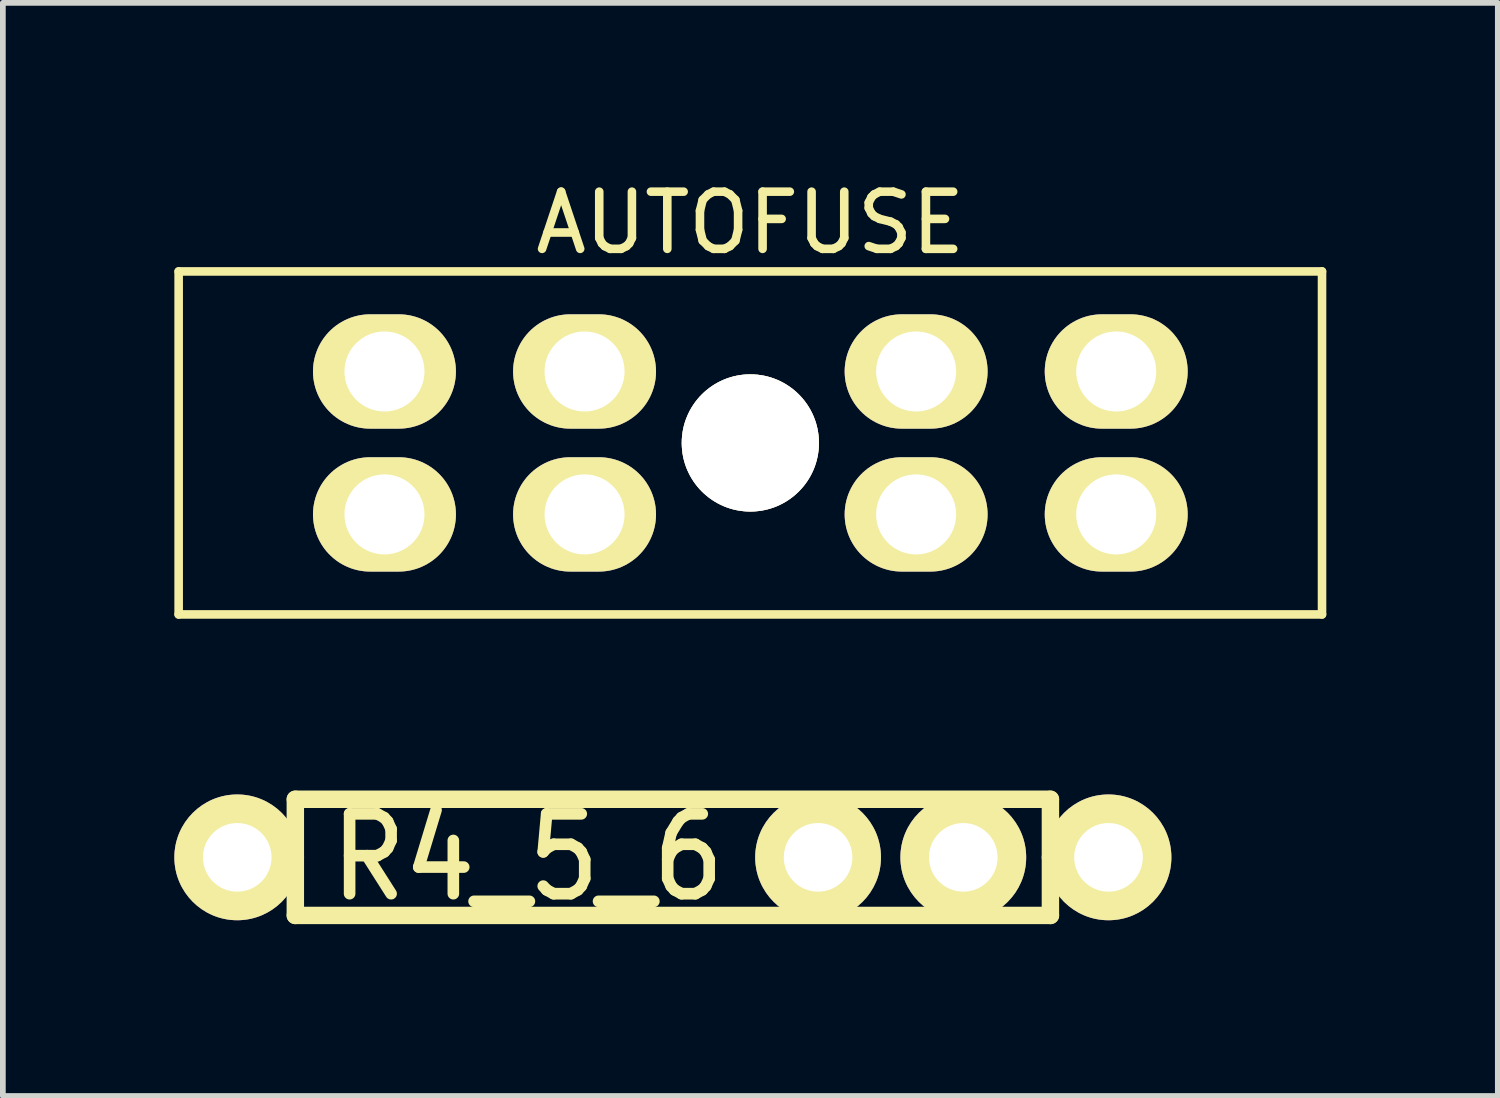
<source format=kicad_pcb>
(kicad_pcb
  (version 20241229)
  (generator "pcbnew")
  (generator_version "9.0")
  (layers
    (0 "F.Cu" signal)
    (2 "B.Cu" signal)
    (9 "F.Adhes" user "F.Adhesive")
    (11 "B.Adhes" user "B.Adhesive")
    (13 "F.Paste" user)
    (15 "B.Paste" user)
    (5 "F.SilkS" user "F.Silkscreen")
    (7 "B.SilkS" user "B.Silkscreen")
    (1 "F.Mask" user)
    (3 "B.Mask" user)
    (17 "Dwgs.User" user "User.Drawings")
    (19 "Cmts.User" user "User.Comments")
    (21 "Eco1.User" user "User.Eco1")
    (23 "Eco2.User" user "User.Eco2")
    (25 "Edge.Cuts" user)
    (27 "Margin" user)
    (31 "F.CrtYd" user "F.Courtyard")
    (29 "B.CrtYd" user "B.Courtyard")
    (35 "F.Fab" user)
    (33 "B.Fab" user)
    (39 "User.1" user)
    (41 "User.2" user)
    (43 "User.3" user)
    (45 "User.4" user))
  (footprint "R4_5_6"
    (layer "F.Cu")
    (at 6.18 11.947)
    (property "Reference" "R4_5_6" (at 0 0 0) (layer "F.SilkS") (effects (font (size 1.397 1.27) (thickness 0.203))))
    (attr through_hole)
    (fp_line (start -5.08 0) (end -4.064 0) (stroke (width 0.305) (type solid)) (layer "F.SilkS"))
    (fp_line (start -4.064 -1.016) (end 9.144 -1.016) (stroke (width 0.305) (type solid)) (layer "F.SilkS"))
    (fp_line (start -4.064 0) (end -4.064 -1.016) (stroke (width 0.305) (type solid)) (layer "F.SilkS"))
    (fp_line (start -4.064 1.016) (end -4.064 0) (stroke (width 0.305) (type solid)) (layer "F.SilkS"))
    (fp_line (start 9.144 -1.016) (end 9.144 1.016) (stroke (width 0.305) (type solid)) (layer "F.SilkS"))
    (fp_line (start 9.144 1.016) (end -4.064 1.016) (stroke (width 0.305) (type solid)) (layer "F.SilkS"))
    (fp_line (start 10.16 0) (end 9.144 0) (stroke (width 0.305) (type solid)) (layer "F.SilkS"))
    (pad "1" thru_hole circle (at -5.08 0) (size 2.2 2.2) (drill 1.2) (layers "*.Cu" "*.Mask" "F.SilkS"))
    (pad "2" thru_hole circle (at 5.08 0) (size 2.2 2.2) (drill 1.2) (layers "*.Cu" "*.Mask" "F.SilkS"))
    (pad "2" thru_hole circle (at 7.62 0) (size 2.2 2.2) (drill 1.2) (layers "*.Cu" "*.Mask" "F.SilkS"))
    (pad "2" thru_hole circle (at 10.16 0) (size 2.2 2.2) (drill 1.2) (layers "*.Cu" "*.Mask" "F.SilkS")))
  (footprint "AUTOFUSE"
    (layer "F.Cu")
    (at 10.075 4.698)
    (property "Reference" "AUTOFUSE" (at 0 -3.85 0) (layer "F.SilkS") (effects (font (size 1 1) (thickness 0.15))))
    (attr through_hole)
    (fp_line (start -10 -3) (end -10 3) (stroke (width 0.15) (type solid)) (layer "F.SilkS"))
    (fp_line (start -10 3) (end 10 3) (stroke (width 0.15) (type solid)) (layer "F.SilkS"))
    (fp_line (start 10 -3) (end -10 -3) (stroke (width 0.15) (type solid)) (layer "F.SilkS"))
    (fp_line (start 10 3) (end 10 -3) (stroke (width 0.15) (type solid)) (layer "F.SilkS"))
    (pad "" thru_hole circle (at 0 0) (size 2.4 2.4) (drill 2.4) (layers "*.Cu" "*.Mask" "F.SilkS"))
    (pad "1" thru_hole oval (at -6.4 -1.25) (size 2.5 2) (drill 1.4) (layers "*.Cu" "*.Mask" "F.SilkS"))
    (pad "1" thru_hole oval (at -6.4 1.25) (size 2.5 2) (drill 1.4) (layers "*.Cu" "*.Mask" "F.SilkS"))
    (pad "1" thru_hole oval (at -2.9 -1.25) (size 2.5 2) (drill 1.4) (layers "*.Cu" "*.Mask" "F.SilkS"))
    (pad "1" thru_hole oval (at -2.9 1.25) (size 2.5 2) (drill 1.4) (layers "*.Cu" "*.Mask" "F.SilkS"))
    (pad "2" thru_hole oval (at 2.9 -1.25) (size 2.5 2) (drill 1.4) (layers "*.Cu" "*.Mask" "F.SilkS"))
    (pad "2" thru_hole oval (at 2.9 1.25) (size 2.5 2) (drill 1.4) (layers "*.Cu" "*.Mask" "F.SilkS"))
    (pad "2" thru_hole oval (at 6.4 -1.25) (size 2.5 2) (drill 1.4) (layers "*.Cu" "*.Mask" "F.SilkS"))
    (pad "2" thru_hole oval (at 6.4 1.25) (size 2.5 2) (drill 1.4) (layers "*.Cu" "*.Mask" "F.SilkS")))
  (gr_rect
    (start -3 -3)
    (end 23.15 16.121)
    (stroke (width 0.1) (type default))
    (fill no)
    (layer "Edge.Cuts")))
</source>
